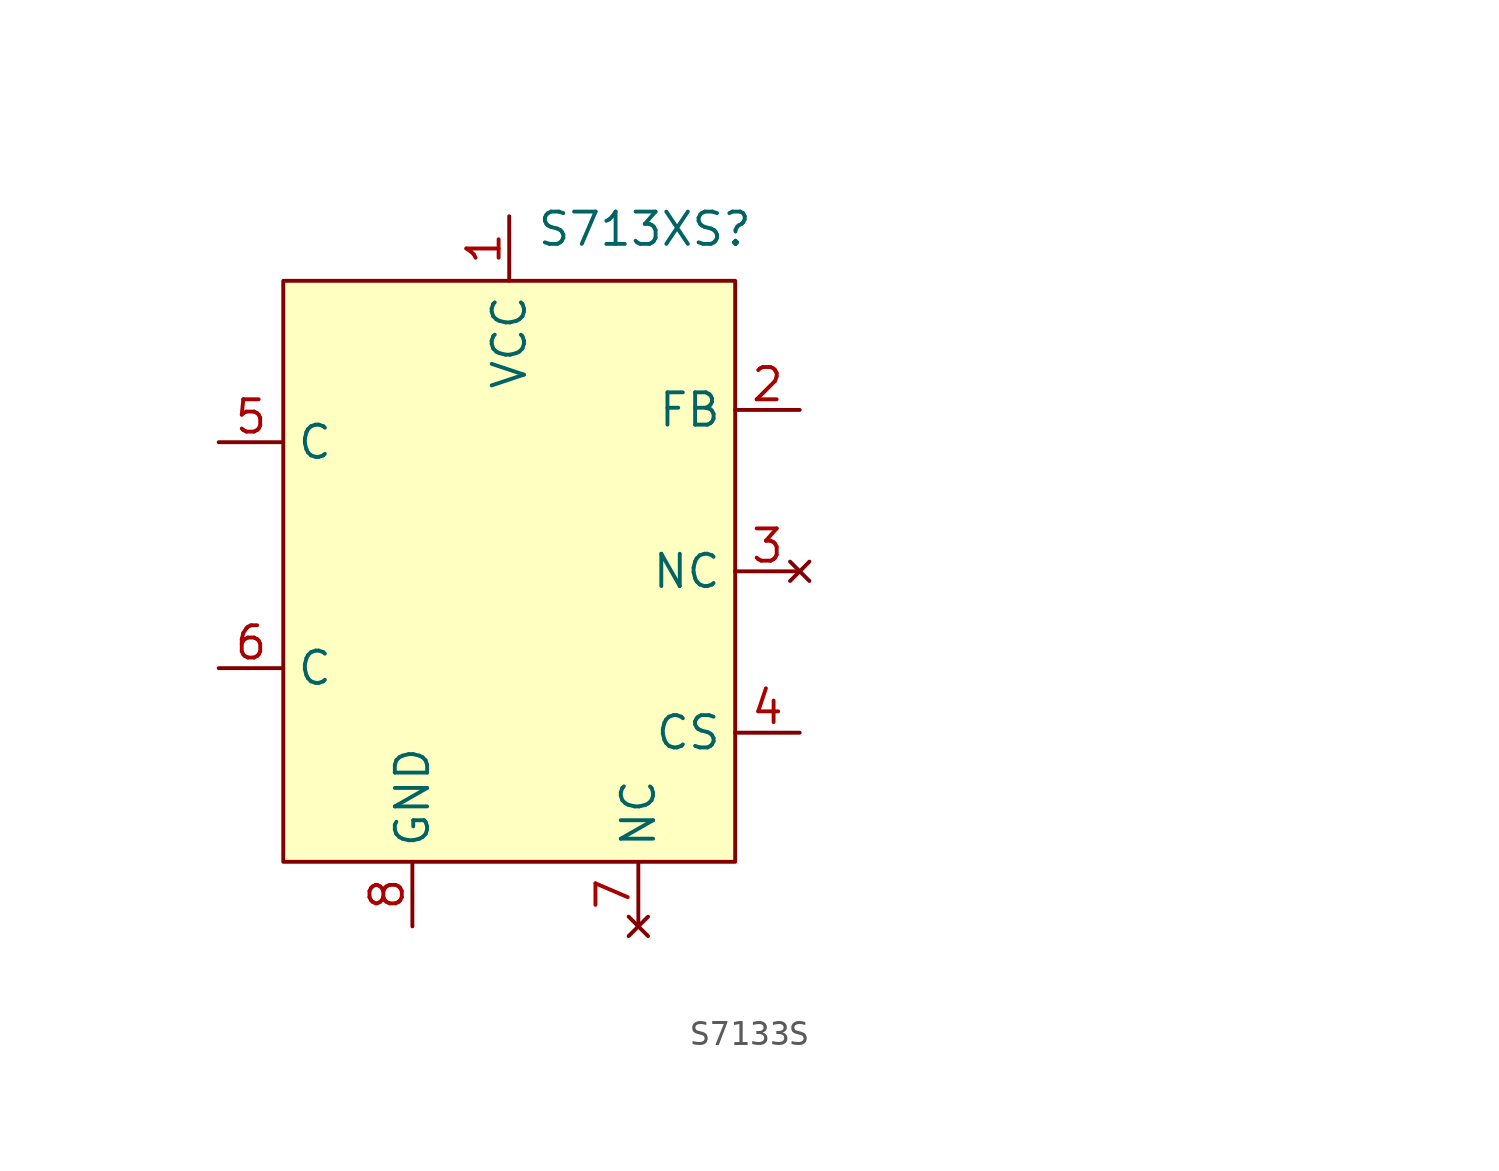
<source format=kicad_sym>
(kicad_symbol_lib
  (version 20231120)
  (generator "kicad_symbol_editor")
  (generator_version "8.0")
  (symbol "S7133S"
    (property "Reference" "S713XS"
      (at 5.334 13.462 0)
      (effects (font (size 1.27 1.27))))
    (property "Value" ""
      (at 30.48 15.24 0)
      (effects (font (size 1.27 1.27))))
    (symbol "S7133S_1_1"
      (rectangle (start -8.89 11.43) (end 8.89 -11.43) (stroke (width 0) (type default)) (fill (type background)))
      (pin input line (at 0 13.97 270) (length 2.54) (name "VCC" (effects (font (size 1.27 1.27)))) (number "1" (effects (font (size 1.27 1.27)))))
      (pin input line (at 11.43 6.35 180) (length 2.54) (name "FB" (effects (font (size 1.27 1.27)))) (number "2" (effects (font (size 1.27 1.27)))))
      (pin no_connect line (at 11.43 0 180) (length 2.54) (name "NC" (effects (font (size 1.27 1.27)))) (number "3" (effects (font (size 1.27 1.27)))))
      (pin input line (at 11.43 -6.35 180) (length 2.54) (name "CS" (effects (font (size 1.27 1.27)))) (number "4" (effects (font (size 1.27 1.27)))))
      (pin input line (at -11.43 5.08 0) (length 2.54) (name "C" (effects (font (size 1.27 1.27)))) (number "5" (effects (font (size 1.27 1.27)))))
      (pin input line (at -11.43 -3.81 0) (length 2.54) (name "C" (effects (font (size 1.27 1.27)))) (number "6" (effects (font (size 1.27 1.27)))))
      (pin no_connect line (at 5.08 -13.97 90) (length 2.54) (name "NC" (effects (font (size 1.27 1.27)))) (number "7" (effects (font (size 1.27 1.27)))))
      (pin input line (at -3.81 -13.97 90) (length 2.54) (name "GND" (effects (font (size 1.27 1.27)))) (number "8" (effects (font (size 1.27 1.27))))))))
</source>
